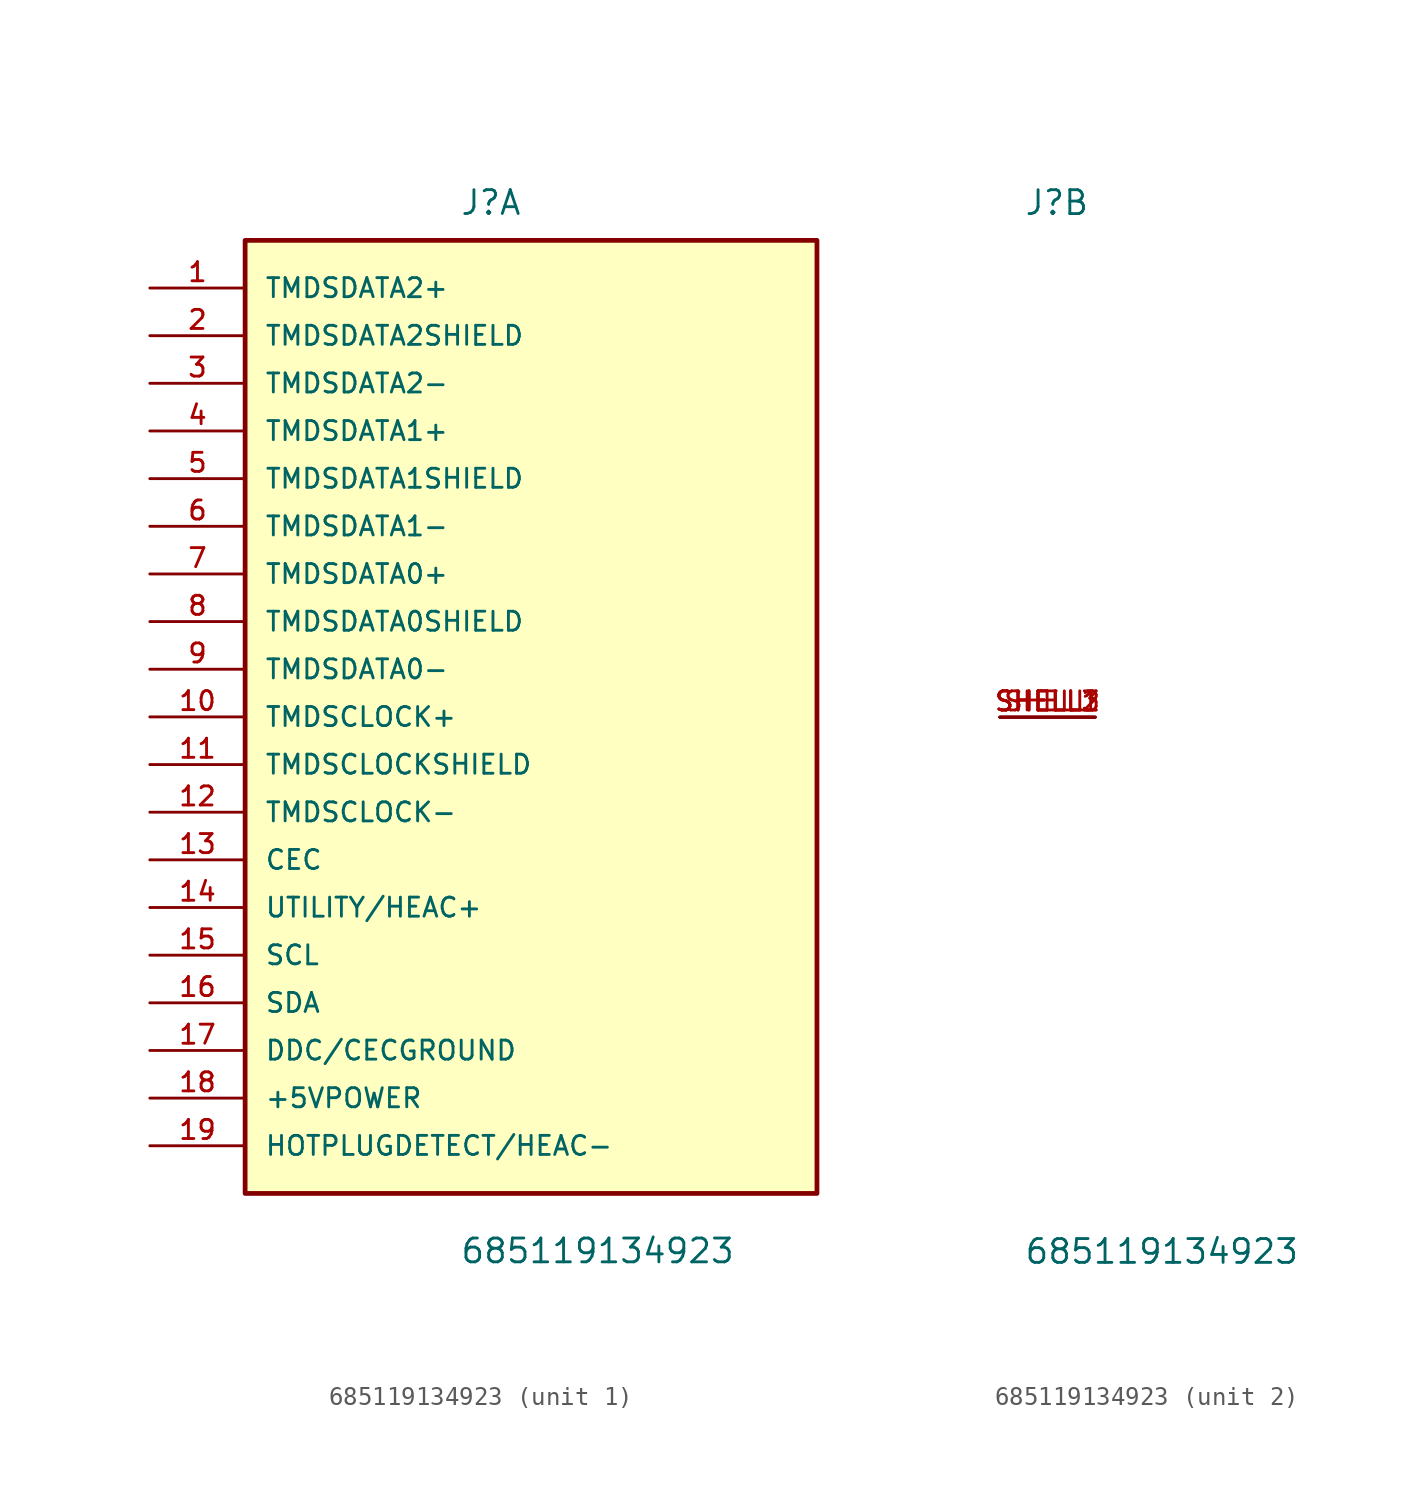
<source format=kicad_sym>
(kicad_symbol_lib
  (version 20211014)
  (generator kicad_symbol_editor)
  (symbol "685119134923"
    (pin_names
      (offset 1.016))
    (property "Reference" "J"
      (at -3.81 26.67 0)
      (effects (font (size 1.27 1.27)) (justify left bottom)))
    (property "Value" "685119134923"
      (at -3.81 -29.21 0)
      (effects (font (size 1.27 1.27)) (justify left bottom)))
    (property "ki_locked" ""
      (at 0 0 0)
      (effects (font (size 1.27 1.27))))
    (symbol "685119134923_1_0"
      (rectangle (start -15.24 -25.4) (end 15.24 25.4) (stroke (width 0.254) (type default) (color 0 0 0 0)) (fill (type background)))
      (pin bidirectional line (at -20.32 22.86 0) (length 5.08) (name "TMDSDATA2+" (effects (font (size 1.016 1.016)))) (number "1" (effects (font (size 1.016 1.016)))))
      (pin bidirectional line (at -20.32 0 0) (length 5.08) (name "TMDSCLOCK+" (effects (font (size 1.016 1.016)))) (number "10" (effects (font (size 1.016 1.016)))))
      (pin bidirectional line (at -20.32 -2.54 0) (length 5.08) (name "TMDSCLOCKSHIELD" (effects (font (size 1.016 1.016)))) (number "11" (effects (font (size 1.016 1.016)))))
      (pin bidirectional line (at -20.32 -5.08 0) (length 5.08) (name "TMDSCLOCK-" (effects (font (size 1.016 1.016)))) (number "12" (effects (font (size 1.016 1.016)))))
      (pin bidirectional line (at -20.32 -7.62 0) (length 5.08) (name "CEC" (effects (font (size 1.016 1.016)))) (number "13" (effects (font (size 1.016 1.016)))))
      (pin bidirectional line (at -20.32 -10.16 0) (length 5.08) (name "UTILITY/HEAC+" (effects (font (size 1.016 1.016)))) (number "14" (effects (font (size 1.016 1.016)))))
      (pin bidirectional line (at -20.32 -12.7 0) (length 5.08) (name "SCL" (effects (font (size 1.016 1.016)))) (number "15" (effects (font (size 1.016 1.016)))))
      (pin bidirectional line (at -20.32 -15.24 0) (length 5.08) (name "SDA" (effects (font (size 1.016 1.016)))) (number "16" (effects (font (size 1.016 1.016)))))
      (pin bidirectional line (at -20.32 -17.78 0) (length 5.08) (name "DDC/CECGROUND" (effects (font (size 1.016 1.016)))) (number "17" (effects (font (size 1.016 1.016)))))
      (pin bidirectional line (at -20.32 -20.32 0) (length 5.08) (name "+5VPOWER" (effects (font (size 1.016 1.016)))) (number "18" (effects (font (size 1.016 1.016)))))
      (pin bidirectional line (at -20.32 -22.86 0) (length 5.08) (name "HOTPLUGDETECT/HEAC-" (effects (font (size 1.016 1.016)))) (number "19" (effects (font (size 1.016 1.016)))))
      (pin bidirectional line (at -20.32 20.32 0) (length 5.08) (name "TMDSDATA2SHIELD" (effects (font (size 1.016 1.016)))) (number "2" (effects (font (size 1.016 1.016)))))
      (pin bidirectional line (at -20.32 17.78 0) (length 5.08) (name "TMDSDATA2-" (effects (font (size 1.016 1.016)))) (number "3" (effects (font (size 1.016 1.016)))))
      (pin bidirectional line (at -20.32 15.24 0) (length 5.08) (name "TMDSDATA1+" (effects (font (size 1.016 1.016)))) (number "4" (effects (font (size 1.016 1.016)))))
      (pin bidirectional line (at -20.32 12.7 0) (length 5.08) (name "TMDSDATA1SHIELD" (effects (font (size 1.016 1.016)))) (number "5" (effects (font (size 1.016 1.016)))))
      (pin bidirectional line (at -20.32 10.16 0) (length 5.08) (name "TMDSDATA1-" (effects (font (size 1.016 1.016)))) (number "6" (effects (font (size 1.016 1.016)))))
      (pin bidirectional line (at -20.32 7.62 0) (length 5.08) (name "TMDSDATA0+" (effects (font (size 1.016 1.016)))) (number "7" (effects (font (size 1.016 1.016)))))
      (pin bidirectional line (at -20.32 5.08 0) (length 5.08) (name "TMDSDATA0SHIELD" (effects (font (size 1.016 1.016)))) (number "8" (effects (font (size 1.016 1.016)))))
      (pin bidirectional line (at -20.32 2.54 0) (length 5.08) (name "TMDSDATA0-" (effects (font (size 1.016 1.016)))) (number "9" (effects (font (size 1.016 1.016))))))
    (symbol "685119134923_2_0"
      (pin passive line (at -5.08 0 0) (length 5.08) (name "~" (effects (font (size 1.016 1.016)))) (number "SHELL" (effects (font (size 1.016 1.016)))))
      (pin passive line (at -5.08 0 0) (length 5.08) (name "~" (effects (font (size 1.016 1.016)))) (number "SHELL1" (effects (font (size 1.016 1.016)))))
      (pin passive line (at -5.08 0 0) (length 5.08) (name "~" (effects (font (size 1.016 1.016)))) (number "SHELL2" (effects (font (size 1.016 1.016)))))
      (pin passive line (at -5.08 0 0) (length 5.08) (name "~" (effects (font (size 1.016 1.016)))) (number "SHELL3" (effects (font (size 1.016 1.016))))))))
</source>
